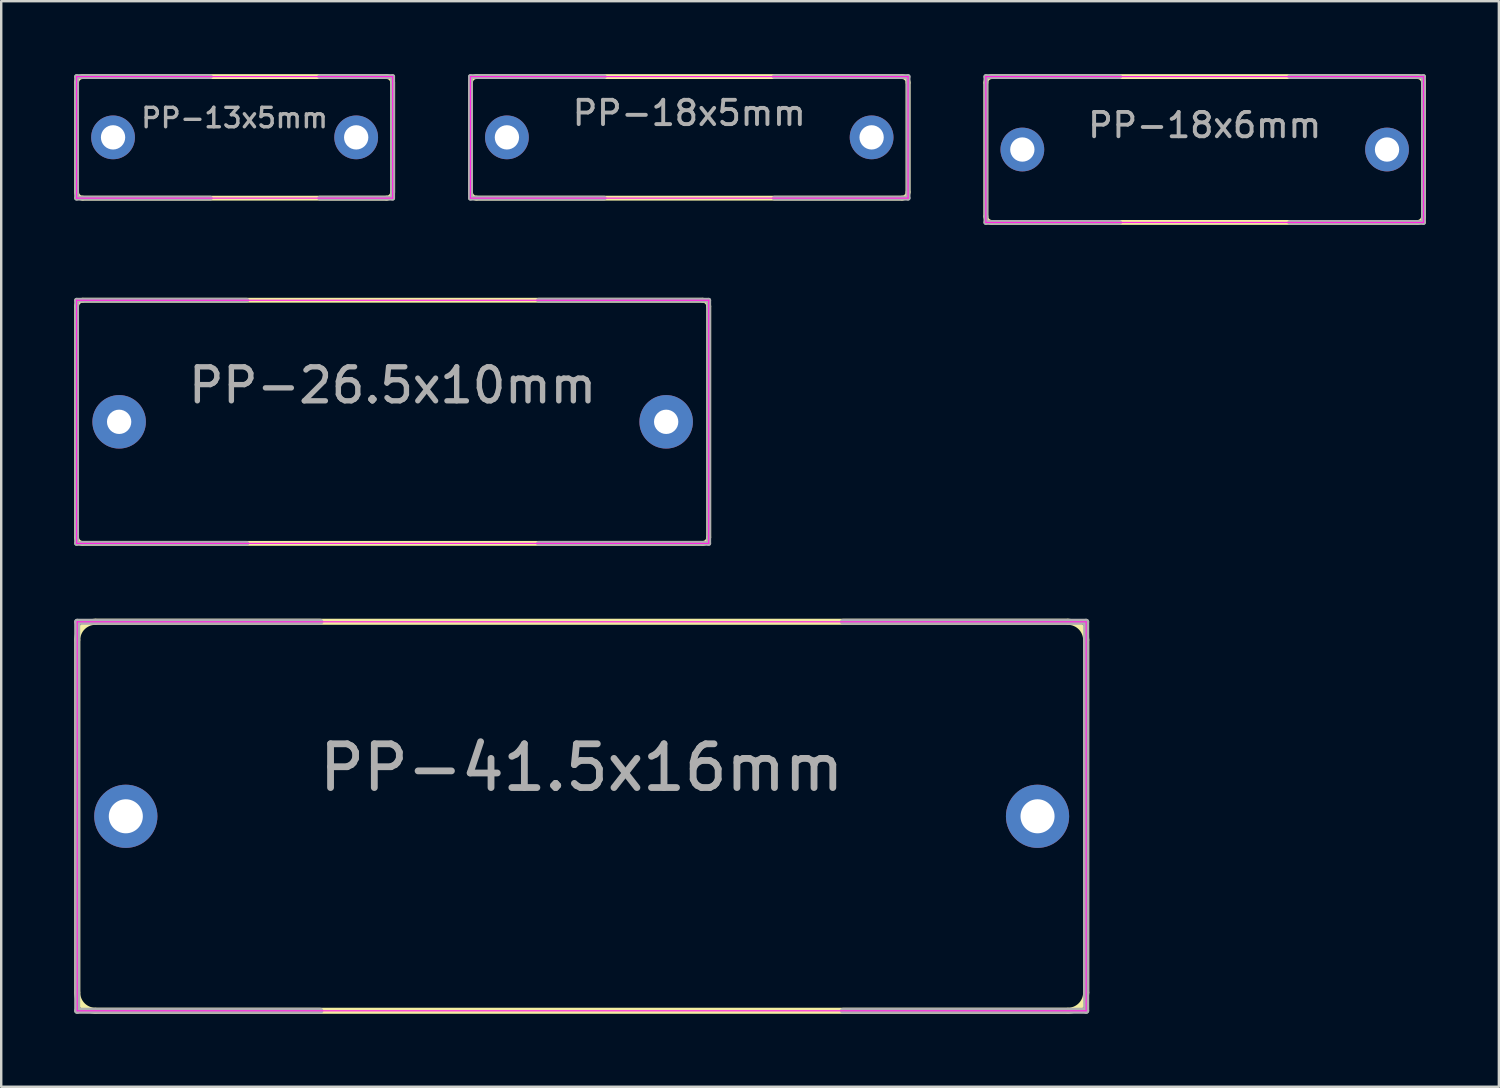
<source format=kicad_pcb>
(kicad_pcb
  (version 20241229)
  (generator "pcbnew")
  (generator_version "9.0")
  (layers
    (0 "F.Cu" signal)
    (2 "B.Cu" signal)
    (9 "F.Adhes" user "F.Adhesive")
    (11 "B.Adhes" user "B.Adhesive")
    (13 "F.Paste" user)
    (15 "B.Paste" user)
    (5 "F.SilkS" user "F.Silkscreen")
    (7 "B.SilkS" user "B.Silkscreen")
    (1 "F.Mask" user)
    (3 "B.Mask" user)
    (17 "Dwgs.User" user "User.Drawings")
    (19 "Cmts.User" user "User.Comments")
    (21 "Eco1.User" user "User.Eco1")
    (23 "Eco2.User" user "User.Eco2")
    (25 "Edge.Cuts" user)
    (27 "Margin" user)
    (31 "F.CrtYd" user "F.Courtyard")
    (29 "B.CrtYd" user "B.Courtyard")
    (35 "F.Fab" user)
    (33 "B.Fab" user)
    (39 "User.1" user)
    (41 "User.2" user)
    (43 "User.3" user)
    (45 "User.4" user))
  (footprint "PP-26.5x10mm"
    (layer "F.Cu")
    (at 13.1 14.3)
    (property "Reference" "PP-26.5x10mm" (at 0 -1.5 0) (layer "F.Fab") (effects (font (size 1.4 1.4) (thickness 0.22))))
    (attr through_hole)
    (fp_line (start -13 4.75) (end -13 -4.75) (stroke (width 0.2) (type solid)) (layer "F.SilkS"))
    (fp_line (start 12.75 -5) (end -12.75 -5) (stroke (width 0.2) (type solid)) (layer "F.SilkS"))
    (fp_line (start 12.75 5) (end -12.75 5) (stroke (width 0.2) (type solid)) (layer "F.SilkS"))
    (fp_line (start 13 4.75) (end 13 -4.75) (stroke (width 0.2) (type solid)) (layer "F.SilkS"))
    (fp_arc (start -13 -4.75) (mid -12.926777 -4.926777) (end -12.75 -5) (stroke (width 0.2) (type solid)) (layer "F.SilkS"))
    (fp_arc (start -12.75 5) (mid -12.926777 4.926777) (end -13 4.75) (stroke (width 0.2) (type solid)) (layer "F.SilkS"))
    (fp_arc (start 12.75 -5) (mid 12.926777 -4.926777) (end 13 -4.75) (stroke (width 0.2) (type solid)) (layer "F.SilkS"))
    (fp_arc (start 13 4.75) (mid 12.926777 4.926777) (end 12.75 5) (stroke (width 0.2) (type solid)) (layer "F.SilkS"))
    (fp_line (start -13 -5) (end -13 5) (stroke (width 0.05) (type solid)) (layer "F.CrtYd"))
    (fp_line (start -13 -5) (end 13 -5) (stroke (width 0.05) (type solid)) (layer "F.CrtYd"))
    (fp_line (start -13 5) (end 13 5) (stroke (width 0.05) (type solid)) (layer "F.CrtYd"))
    (fp_line (start 13 -5) (end 13 5) (stroke (width 0.05) (type solid)) (layer "F.CrtYd"))
    (fp_line (start -13 -5) (end -13 5) (stroke (width 0.2) (type solid)) (layer "F.Fab"))
    (fp_line (start -13 -5) (end -6 -5) (stroke (width 0.2) (type solid)) (layer "F.Fab"))
    (fp_line (start -13 5) (end -6 5) (stroke (width 0.2) (type solid)) (layer "F.Fab"))
    (fp_line (start 6 -5) (end 13 -5) (stroke (width 0.2) (type solid)) (layer "F.Fab"))
    (fp_line (start 6 5) (end 13 5) (stroke (width 0.2) (type solid)) (layer "F.Fab"))
    (fp_line (start 13 -5) (end 13 5) (stroke (width 0.2) (type solid)) (layer "F.Fab"))
    (pad "1" thru_hole circle (at -11.25 0) (size 2.2 2.2) (drill 1) (layers "*.Cu" "*.Mask"))
    (pad "2" thru_hole circle (at 11.25 0) (size 2.2 2.2) (drill 1) (layers "*.Cu" "*.Mask")))
  (footprint "PP-13x5mm"
    (layer "F.Cu")
    (at 6.6 2.6)
    (property "Reference" "PP-13x5mm" (at 0 -0.8 0) (layer "F.Fab") (effects (font (size 0.8 0.8) (thickness 0.14))))
    (attr through_hole)
    (fp_line (start -6.5 -2.25) (end -6.5 2.25) (stroke (width 0.2) (type solid)) (layer "F.SilkS"))
    (fp_line (start 6.25 -2.5) (end -6.25 -2.5) (stroke (width 0.2) (type solid)) (layer "F.SilkS"))
    (fp_line (start 6.25 2.5) (end -6.25 2.5) (stroke (width 0.2) (type solid)) (layer "F.SilkS"))
    (fp_line (start 6.5 2.25) (end 6.5 -2.25) (stroke (width 0.2) (type solid)) (layer "F.SilkS"))
    (fp_arc (start -6.5 -2.25) (mid -6.426777 -2.426777) (end -6.25 -2.5) (stroke (width 0.2) (type solid)) (layer "F.SilkS"))
    (fp_arc (start -6.25 2.5) (mid -6.426777 2.426777) (end -6.5 2.25) (stroke (width 0.2) (type solid)) (layer "F.SilkS"))
    (fp_arc (start 6.25 -2.5) (mid 6.426777 -2.426777) (end 6.5 -2.25) (stroke (width 0.2) (type solid)) (layer "F.SilkS"))
    (fp_arc (start 6.5 2.25) (mid 6.426777 2.426777) (end 6.25 2.5) (stroke (width 0.2) (type solid)) (layer "F.SilkS"))
    (fp_line (start -6.5 -2.5) (end 6.5 -2.5) (stroke (width 0.05) (type solid)) (layer "F.CrtYd"))
    (fp_line (start -6.5 2.5) (end -6.5 -2.5) (stroke (width 0.05) (type solid)) (layer "F.CrtYd"))
    (fp_line (start -6.5 2.5) (end 6.5 2.5) (stroke (width 0.05) (type solid)) (layer "F.CrtYd"))
    (fp_line (start 6.5 2.5) (end 6.5 -2.5) (stroke (width 0.05) (type solid)) (layer "F.CrtYd"))
    (fp_line (start -6.5 -2.5) (end -6.5 2.5) (stroke (width 0.2) (type solid)) (layer "F.Fab"))
    (fp_line (start -6.5 -2.5) (end -1 -2.5) (stroke (width 0.2) (type solid)) (layer "F.Fab"))
    (fp_line (start -1 2.5) (end -6.5 2.5) (stroke (width 0.2) (type solid)) (layer "F.Fab"))
    (fp_line (start 3.5 -2.5) (end 6.5 -2.5) (stroke (width 0.2) (type solid)) (layer "F.Fab"))
    (fp_line (start 3.5 2.5) (end 6.5 2.5) (stroke (width 0.2) (type solid)) (layer "F.Fab"))
    (fp_line (start 6.5 -2.5) (end 6.5 2.5) (stroke (width 0.2) (type solid)) (layer "F.Fab"))
    (pad "1" thru_hole circle (at -5 0) (size 1.8 1.8) (drill 1) (layers "*.Cu" "*.Mask"))
    (pad "2" thru_hole circle (at 5 0) (size 1.8 1.8) (drill 1) (layers "*.Cu" "*.Mask")))
  (footprint "PP-18x6mm"
    (layer "F.Cu")
    (at 46.5 3.1)
    (property "Reference" "PP-18x6mm" (at 0 -1 0) (layer "F.Fab") (effects (font (size 1 1) (thickness 0.16))))
    (attr through_hole)
    (fp_line (start -9 -2.75) (end -9 2.75) (stroke (width 0.2) (type solid)) (layer "F.SilkS"))
    (fp_line (start 8.75 -3) (end -8.75 -3) (stroke (width 0.2) (type solid)) (layer "F.SilkS"))
    (fp_line (start 8.75 3) (end -8.75 3) (stroke (width 0.2) (type solid)) (layer "F.SilkS"))
    (fp_line (start 9 2.75) (end 9 -2.75) (stroke (width 0.2) (type solid)) (layer "F.SilkS"))
    (fp_arc (start -9 -2.75) (mid -8.926777 -2.926777) (end -8.75 -3) (stroke (width 0.2) (type solid)) (layer "F.SilkS"))
    (fp_arc (start -8.75 3) (mid -8.926777 2.926777) (end -9 2.75) (stroke (width 0.2) (type solid)) (layer "F.SilkS"))
    (fp_arc (start 8.75 -3) (mid 8.926777 -2.926777) (end 9 -2.75) (stroke (width 0.2) (type solid)) (layer "F.SilkS"))
    (fp_arc (start 9 2.75) (mid 8.926777 2.926777) (end 8.75 3) (stroke (width 0.2) (type solid)) (layer "F.SilkS"))
    (fp_line (start -9 -3) (end 9 -3) (stroke (width 0.05) (type solid)) (layer "F.CrtYd"))
    (fp_line (start -9 3) (end -9 -3) (stroke (width 0.05) (type solid)) (layer "F.CrtYd"))
    (fp_line (start -9 3) (end 9 3) (stroke (width 0.05) (type solid)) (layer "F.CrtYd"))
    (fp_line (start 9 3) (end 9 -3) (stroke (width 0.05) (type solid)) (layer "F.CrtYd"))
    (fp_line (start -9 -3) (end -9 3) (stroke (width 0.2) (type solid)) (layer "F.Fab"))
    (fp_line (start -9 -3) (end -3.5 -3) (stroke (width 0.2) (type solid)) (layer "F.Fab"))
    (fp_line (start -3.5 3) (end -9 3) (stroke (width 0.2) (type solid)) (layer "F.Fab"))
    (fp_line (start 3.5 -3) (end 9 -3) (stroke (width 0.2) (type solid)) (layer "F.Fab"))
    (fp_line (start 3.5 3) (end 9 3) (stroke (width 0.2) (type solid)) (layer "F.Fab"))
    (fp_line (start 9 -3) (end 9 3) (stroke (width 0.2) (type solid)) (layer "F.Fab"))
    (pad "1" thru_hole circle (at -7.5 0) (size 1.8 1.8) (drill 1) (layers "*.Cu" "*.Mask"))
    (pad "2" thru_hole circle (at 7.5 0) (size 1.8 1.8) (drill 1) (layers "*.Cu" "*.Mask")))
  (footprint "PP-41.5x16mm"
    (layer "F.Cu")
    (at 20.875 30.525)
    (property "Reference" "PP-41.5x16mm" (at 0 -2 0) (layer "F.Fab") (effects (font (size 1.8 1.8) (thickness 0.28))))
    (attr through_hole)
    (fp_line (start -20.75 7.25) (end -20.75 -7.25) (stroke (width 0.25) (type solid)) (layer "F.SilkS"))
    (fp_line (start -20 8) (end 20 8) (stroke (width 0.25) (type solid)) (layer "F.SilkS"))
    (fp_line (start 20 -8) (end -20 -8) (stroke (width 0.25) (type solid)) (layer "F.SilkS"))
    (fp_line (start 20.75 -7.25) (end 20.75 7.25) (stroke (width 0.25) (type solid)) (layer "F.SilkS"))
    (fp_arc (start -20.75 -7.25) (mid -20.53033 -7.78033) (end -20 -8) (stroke (width 0.25) (type default)) (layer "F.SilkS"))
    (fp_arc (start -20 8) (mid -20.53033 7.78033) (end -20.75 7.25) (stroke (width 0.25) (type default)) (layer "F.SilkS"))
    (fp_arc (start 20 -8) (mid 20.53033 -7.78033) (end 20.75 -7.25) (stroke (width 0.25) (type default)) (layer "F.SilkS"))
    (fp_arc (start 20.75 7.25) (mid 20.53033 7.78033) (end 20 8) (stroke (width 0.25) (type default)) (layer "F.SilkS"))
    (fp_line (start -20.75 -8) (end -20.75 8) (stroke (width 0.05) (type solid)) (layer "F.CrtYd"))
    (fp_line (start -20.75 -8) (end 20.75 -8) (stroke (width 0.05) (type solid)) (layer "F.CrtYd"))
    (fp_line (start 20.75 -8) (end 20.75 8) (stroke (width 0.05) (type solid)) (layer "F.CrtYd"))
    (fp_line (start 20.75 8) (end -20.75 8) (stroke (width 0.05) (type solid)) (layer "F.CrtYd"))
    (fp_line (start -20.75 -8) (end -10.75 -8) (stroke (width 0.25) (type solid)) (layer "F.Fab"))
    (fp_line (start -20.75 8) (end -20.75 -8) (stroke (width 0.25) (type solid)) (layer "F.Fab"))
    (fp_line (start -20.75 8) (end -10.75 8) (stroke (width 0.25) (type solid)) (layer "F.Fab"))
    (fp_line (start 20.75 -8) (end 10.75 -8) (stroke (width 0.25) (type solid)) (layer "F.Fab"))
    (fp_line (start 20.75 8) (end 10.75 8) (stroke (width 0.25) (type solid)) (layer "F.Fab"))
    (fp_line (start 20.75 8) (end 20.75 -8) (stroke (width 0.25) (type solid)) (layer "F.Fab"))
    (pad "1" thru_hole circle (at -18.75 0) (size 2.6 2.6) (drill 1.4) (layers "*.Cu" "*.Mask"))
    (pad "2" thru_hole circle (at 18.75 0) (size 2.6 2.6) (drill 1.4) (layers "*.Cu" "*.Mask")))
  (footprint "PP-18x5mm"
    (layer "F.Cu")
    (at 25.3 2.6)
    (property "Reference" "PP-18x5mm" (at 0 -1 0) (layer "F.Fab") (effects (font (size 1 1) (thickness 0.16))))
    (attr through_hole)
    (fp_line (start -9 -2.25) (end -9 2.25) (stroke (width 0.2) (type solid)) (layer "F.SilkS"))
    (fp_line (start 8.75 -2.5) (end -8.75 -2.5) (stroke (width 0.2) (type solid)) (layer "F.SilkS"))
    (fp_line (start 8.75 2.5) (end -8.75 2.5) (stroke (width 0.2) (type solid)) (layer "F.SilkS"))
    (fp_line (start 9 2.25) (end 9 -2.25) (stroke (width 0.2) (type solid)) (layer "F.SilkS"))
    (fp_arc (start -9 -2.25) (mid -8.926777 -2.426777) (end -8.75 -2.5) (stroke (width 0.2) (type solid)) (layer "F.SilkS"))
    (fp_arc (start -8.75 2.5) (mid -8.926777 2.426777) (end -9 2.25) (stroke (width 0.2) (type solid)) (layer "F.SilkS"))
    (fp_arc (start 8.75 -2.5) (mid 8.926777 -2.426777) (end 9 -2.25) (stroke (width 0.2) (type solid)) (layer "F.SilkS"))
    (fp_arc (start 9 2.25) (mid 8.926777 2.426777) (end 8.75 2.5) (stroke (width 0.2) (type solid)) (layer "F.SilkS"))
    (fp_line (start -9 -2.5) (end 9 -2.5) (stroke (width 0.05) (type solid)) (layer "F.CrtYd"))
    (fp_line (start -9 2.5) (end -9 -2.5) (stroke (width 0.05) (type solid)) (layer "F.CrtYd"))
    (fp_line (start -9 2.5) (end 9 2.5) (stroke (width 0.05) (type solid)) (layer "F.CrtYd"))
    (fp_line (start 9 2.5) (end 9 -2.5) (stroke (width 0.05) (type solid)) (layer "F.CrtYd"))
    (fp_line (start -9 -2.5) (end -9 2.5) (stroke (width 0.2) (type solid)) (layer "F.Fab"))
    (fp_line (start -9 -2.5) (end -3.5 -2.5) (stroke (width 0.2) (type solid)) (layer "F.Fab"))
    (fp_line (start -3.5 2.5) (end -9 2.5) (stroke (width 0.2) (type solid)) (layer "F.Fab"))
    (fp_line (start 3.5 -2.5) (end 9 -2.5) (stroke (width 0.2) (type solid)) (layer "F.Fab"))
    (fp_line (start 3.5 2.5) (end 9 2.5) (stroke (width 0.2) (type solid)) (layer "F.Fab"))
    (fp_line (start 9 -2.5) (end 9 2.5) (stroke (width 0.2) (type solid)) (layer "F.Fab"))
    (pad "1" thru_hole circle (at -7.5 0) (size 1.8 1.8) (drill 1) (layers "*.Cu" "*.Mask"))
    (pad "2" thru_hole circle (at 7.5 0) (size 1.8 1.8) (drill 1) (layers "*.Cu" "*.Mask")))
  (gr_rect
    (start -3 -3)
    (end 58.6 41.65)
    (stroke (width 0.1) (type default))
    (fill no)
    (layer "Edge.Cuts")))
</source>
